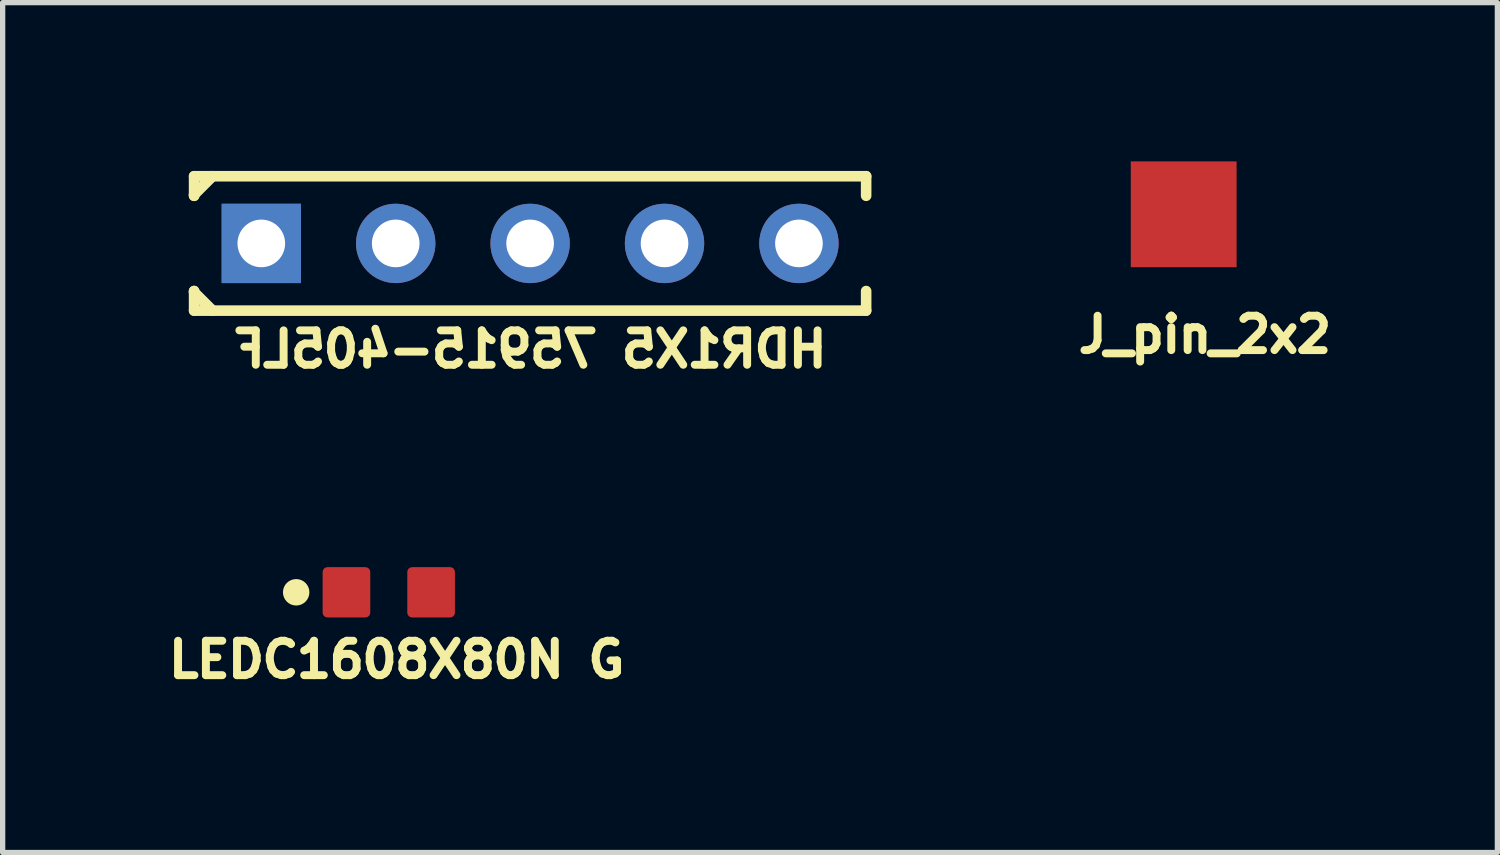
<source format=kicad_pcb>
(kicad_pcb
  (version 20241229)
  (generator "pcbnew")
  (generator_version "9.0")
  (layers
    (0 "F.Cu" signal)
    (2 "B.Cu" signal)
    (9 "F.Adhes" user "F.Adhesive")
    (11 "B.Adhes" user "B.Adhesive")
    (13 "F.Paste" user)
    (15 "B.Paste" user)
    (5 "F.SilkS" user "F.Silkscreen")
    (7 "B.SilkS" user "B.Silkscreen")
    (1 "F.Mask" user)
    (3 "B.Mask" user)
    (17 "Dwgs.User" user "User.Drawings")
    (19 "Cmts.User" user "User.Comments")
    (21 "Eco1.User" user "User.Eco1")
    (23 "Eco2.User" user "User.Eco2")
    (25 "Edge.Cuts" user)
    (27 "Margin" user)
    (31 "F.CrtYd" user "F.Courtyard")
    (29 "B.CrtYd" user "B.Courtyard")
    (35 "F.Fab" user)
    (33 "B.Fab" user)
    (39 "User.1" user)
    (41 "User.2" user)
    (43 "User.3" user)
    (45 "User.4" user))
  (footprint "LEDC1608X80N G"
    (layer "F.Cu")
    (at 4.297 8.143)
    (property "Reference" "LEDC1608X80N G" (at 0.15 1.273 0) (unlocked yes) (layer "F.SilkS") (effects (font (size 0.65 0.65) (thickness 0.15))))
    (fp_circle (center -1.75 0) (end -1.75 -0.125) (stroke (width 0.25) (type solid)) (fill no) (layer "F.SilkS"))
    (fp_line (start -1.35 -0.575) (end 1.35 -0.575) (stroke (width 0.1) (type solid)) (layer "User.5"))
    (fp_line (start -1.35 0.575) (end -1.35 -0.575) (stroke (width 0.1) (type solid)) (layer "User.5"))
    (fp_line (start -1.35 0.575) (end 1.35 0.575) (stroke (width 0.1) (type solid)) (layer "User.5"))
    (fp_line (start 1.35 0.575) (end 1.35 -0.575) (stroke (width 0.1) (type solid)) (layer "User.5"))
    (fp_rect (start -1.35 0.6) (end -0.85 -0.575) (stroke (width 0.1) (type default)) (fill no) (layer "User.5"))
    (fp_line (start -0.8 -0.4) (end 0.8 -0.4) (stroke (width 0.1) (type solid)) (layer "User.12"))
    (fp_line (start -0.8 0.4) (end -0.8 -0.4) (stroke (width 0.1) (type solid)) (layer "User.12"))
    (fp_line (start -0.8 0.4) (end 0.8 0.4) (stroke (width 0.1) (type solid)) (layer "User.12"))
    (fp_line (start 0.8 0.4) (end 0.8 -0.4) (stroke (width 0.1) (type solid)) (layer "User.12"))
    (fp_poly (pts (xy 0.2 0.4) (xy 0.2 -0.4) (xy -0.2 0)) (stroke (width 0.1) (type default)) (fill no) (layer "User.12"))
    (fp_line (start -1.4 -0.625) (end 1.4 -0.625) (stroke (width 0.05) (type solid)) (layer "User.13"))
    (fp_line (start -1.4 0.625) (end -1.4 -0.625) (stroke (width 0.05) (type solid)) (layer "User.13"))
    (fp_line (start -1.4 0.625) (end 1.4 0.625) (stroke (width 0.05) (type solid)) (layer "User.13"))
    (fp_line (start -0.5 0) (end 0.5 0) (stroke (width 0.05) (type solid)) (layer "User.13"))
    (fp_line (start 0 0.5) (end 0 -0.5) (stroke (width 0.05) (type solid)) (layer "User.13"))
    (fp_line (start 1.4 0.625) (end 1.4 -0.625) (stroke (width 0.05) (type solid)) (layer "User.13"))
    (fp_circle (center 0 0) (end 0 -0.35) (stroke (width 0.05) (type solid)) (fill no) (layer "User.13"))
    (fp_text_box "${REFERENCE}" (start -2.75 -0.9) (end 3.25 0.9) (margins 0 0 0 0) (layer "User.5") (effects (font (size 0.7 0.7) (thickness 0.152)) (justify left top)) (border no) (stroke (width 0.1) (type default)))
    (pad "1" smd roundrect (at -0.8 0 90) (size 0.95 0.9) (layers "F.Cu" "F.Mask" "F.Paste") (roundrect_rratio 0.1))
    (pad "2" smd roundrect (at 0.8 0 90) (size 0.95 0.9) (layers "F.Cu" "F.Mask" "F.Paste") (roundrect_rratio 0.1)))
  (footprint "HDR1X5 75915-405LF"
    (layer "F.Cu")
    (at 6.968 1.55)
    (property "Reference" "HDR1X5 75915-405LF" (at 0 2 180) (layer "F.SilkS") (effects (font (size 0.65 0.65) (thickness 0.15)) (justify mirror)))
    (fp_line (start -6.35 -0.9) (end -6.35 -1.27) (stroke (width 0.2) (type solid)) (layer "F.SilkS"))
    (fp_line (start -6.35 -0.9) (end -6.35 -0.92) (stroke (width 0.2) (type solid)) (layer "F.SilkS"))
    (fp_line (start -6.35 0.92) (end -6.35 0.9) (stroke (width 0.2) (type solid)) (layer "F.SilkS"))
    (fp_line (start -6.35 1.27) (end -6.35 0.9) (stroke (width 0.2) (type solid)) (layer "F.SilkS"))
    (fp_line (start -6 -1.27) (end -6.35 -0.92) (stroke (width 0.2) (type solid)) (layer "F.SilkS"))
    (fp_line (start -6 1.27) (end -6.35 0.92) (stroke (width 0.2) (type solid)) (layer "F.SilkS"))
    (fp_line (start 6.35 -1.27) (end -6.35 -1.27) (stroke (width 0.2) (type solid)) (layer "F.SilkS"))
    (fp_line (start 6.35 -0.9) (end 6.35 -1.27) (stroke (width 0.2) (type solid)) (layer "F.SilkS"))
    (fp_line (start 6.35 1.27) (end -6.35 1.27) (stroke (width 0.2) (type solid)) (layer "F.SilkS"))
    (fp_line (start 6.35 1.27) (end 6.35 0.9) (stroke (width 0.2) (type solid)) (layer "F.SilkS"))
    (fp_line (start -6.35 1.27) (end -6.35 -1.27) (stroke (width 0.2) (type solid)) (layer "User.6"))
    (fp_line (start 6.35 -1.27) (end -6.35 -1.27) (stroke (width 0.2) (type solid)) (layer "User.6"))
    (fp_line (start 6.35 1.27) (end -6.35 1.27) (stroke (width 0.2) (type solid)) (layer "User.6"))
    (fp_line (start 6.35 1.27) (end 6.35 -1.27) (stroke (width 0.2) (type solid)) (layer "User.6"))
    (fp_line (start -6.5 1.5) (end -6.5 -1.5) (stroke (width 0.1) (type solid)) (layer "User.14"))
    (fp_line (start -6.35 1.27) (end -6.35 -1.27) (stroke (width 0.2) (type solid)) (layer "User.14"))
    (fp_line (start -6.35 1.27) (end -6.35 -1.27) (stroke (width 0.2) (type solid)) (layer "User.14"))
    (fp_line (start 6.35 -1.27) (end -6.35 -1.27) (stroke (width 0.2) (type solid)) (layer "User.14"))
    (fp_line (start 6.35 -1.27) (end -6.35 -1.27) (stroke (width 0.2) (type solid)) (layer "User.14"))
    (fp_line (start 6.35 1.27) (end -6.35 1.27) (stroke (width 0.2) (type solid)) (layer "User.14"))
    (fp_line (start 6.35 1.27) (end -6.35 1.27) (stroke (width 0.2) (type solid)) (layer "User.14"))
    (fp_line (start 6.35 1.27) (end 6.35 -1.27) (stroke (width 0.2) (type solid)) (layer "User.14"))
    (fp_line (start 6.35 1.27) (end 6.35 -1.27) (stroke (width 0.2) (type solid)) (layer "User.14"))
    (fp_line (start 6.5 -1.5) (end -6.5 -1.5) (stroke (width 0.1) (type solid)) (layer "User.14"))
    (fp_line (start 6.5 1.5) (end -6.5 1.5) (stroke (width 0.1) (type solid)) (layer "User.14"))
    (fp_line (start 6.5 1.5) (end 6.5 -1.5) (stroke (width 0.1) (type solid)) (layer "User.14"))
    (fp_text user "${REFERENCE}" (at 0.127 0.029 180) (unlocked yes) (layer "User.6") (effects (font (size 0.813 0.813) (thickness 0.127)) (justify mirror)))
    (pad "1" thru_hole rect (at -5.08 0 180) (size 1.5 1.5) (drill 0.9) (layers "*.Cu" "*.Mask"))
    (pad "2" thru_hole circle (at -2.54 0 180) (size 1.5 1.5) (drill 0.9) (layers "*.Cu" "*.Mask"))
    (pad "3" thru_hole circle (at 0 0 180) (size 1.5 1.5) (drill 0.9) (layers "*.Cu" "*.Mask"))
    (pad "4" thru_hole circle (at 2.54 0 180) (size 1.5 1.5) (drill 0.9) (layers "*.Cu" "*.Mask"))
    (pad "5" thru_hole circle (at 5.08 0 180) (size 1.5 1.5) (drill 0.9) (layers "*.Cu" "*.Mask")))
  (footprint "J_pin_2x2"
    (layer "F.Cu")
    (at 19.319 1)
    (property "Reference" "J_pin_2x2" (at 0.4 2.273 0) (unlocked yes) (layer "F.SilkS") (effects (font (size 0.65 0.65) (thickness 0.15))))
    (pad "1" smd rect (at 0 0) (size 2 2) (layers "F.Cu" "F.Mask" "F.Paste")))
  (gr_rect
    (start -3 -3)
    (end 25.247 13.06)
    (stroke (width 0.1) (type default))
    (fill no)
    (layer "Edge.Cuts")))
</source>
